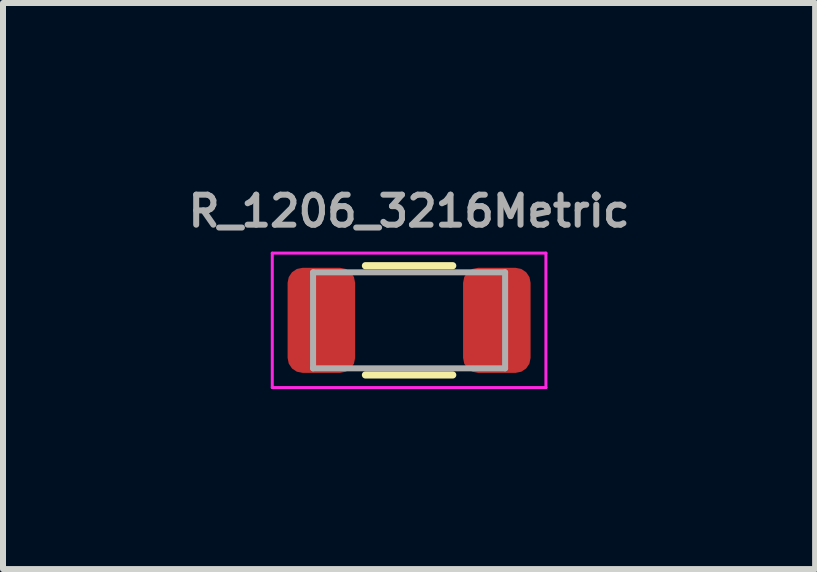
<source format=kicad_pcb>
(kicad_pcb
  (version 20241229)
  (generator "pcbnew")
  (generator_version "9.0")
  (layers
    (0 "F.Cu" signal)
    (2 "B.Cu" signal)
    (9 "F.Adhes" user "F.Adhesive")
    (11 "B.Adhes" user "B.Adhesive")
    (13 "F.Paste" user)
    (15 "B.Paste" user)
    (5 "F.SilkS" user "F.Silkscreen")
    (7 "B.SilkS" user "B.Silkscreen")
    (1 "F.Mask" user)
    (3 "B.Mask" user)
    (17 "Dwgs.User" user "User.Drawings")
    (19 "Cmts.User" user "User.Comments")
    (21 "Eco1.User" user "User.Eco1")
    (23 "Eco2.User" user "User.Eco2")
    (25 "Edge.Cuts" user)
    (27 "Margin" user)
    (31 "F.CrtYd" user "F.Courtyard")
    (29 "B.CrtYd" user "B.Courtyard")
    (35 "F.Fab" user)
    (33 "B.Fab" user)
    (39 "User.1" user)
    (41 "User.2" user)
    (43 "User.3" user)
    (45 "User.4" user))
  (footprint "R_1206_3216Metric"
    (layer "F.Cu")
    (at 3.767 2.288)
    (property "Reference" "R_1206_3216Metric" (at 0 -1.82 0) (layer "F.Fab") (effects (font (size 0.5 0.5) (thickness 0.1) (bold yes))))
    (attr smd)
    (fp_line (start -0.727 -0.91) (end 0.727 -0.91) (stroke (width 0.12) (type solid)) (layer "F.SilkS"))
    (fp_line (start -0.727 0.91) (end 0.727 0.91) (stroke (width 0.12) (type solid)) (layer "F.SilkS"))
    (fp_line (start -2.28 -1.12) (end 2.28 -1.12) (stroke (width 0.05) (type solid)) (layer "F.CrtYd"))
    (fp_line (start -2.28 1.12) (end -2.28 -1.12) (stroke (width 0.05) (type solid)) (layer "F.CrtYd"))
    (fp_line (start 2.28 -1.12) (end 2.28 1.12) (stroke (width 0.05) (type solid)) (layer "F.CrtYd"))
    (fp_line (start 2.28 1.12) (end -2.28 1.12) (stroke (width 0.05) (type solid)) (layer "F.CrtYd"))
    (fp_line (start -1.6 -0.8) (end 1.6 -0.8) (stroke (width 0.1) (type solid)) (layer "F.Fab"))
    (fp_line (start -1.6 0.8) (end -1.6 -0.8) (stroke (width 0.1) (type solid)) (layer "F.Fab"))
    (fp_line (start 1.6 -0.8) (end 1.6 0.8) (stroke (width 0.1) (type solid)) (layer "F.Fab"))
    (fp_line (start 1.6 0.8) (end -1.6 0.8) (stroke (width 0.1) (type solid)) (layer "F.Fab"))
    (pad "1" smd roundrect (at -1.462 0) (size 1.125 1.75) (layers "F.Cu" "F.Mask" "F.Paste") (roundrect_rratio 0.222))
    (pad "2" smd roundrect (at 1.462 0) (size 1.125 1.75) (layers "F.Cu" "F.Mask" "F.Paste") (roundrect_rratio 0.222)))
  (gr_rect
    (start -3 -3)
    (end 10.533 6.433)
    (stroke (width 0.1) (type default))
    (fill no)
    (layer "Edge.Cuts")))
</source>
